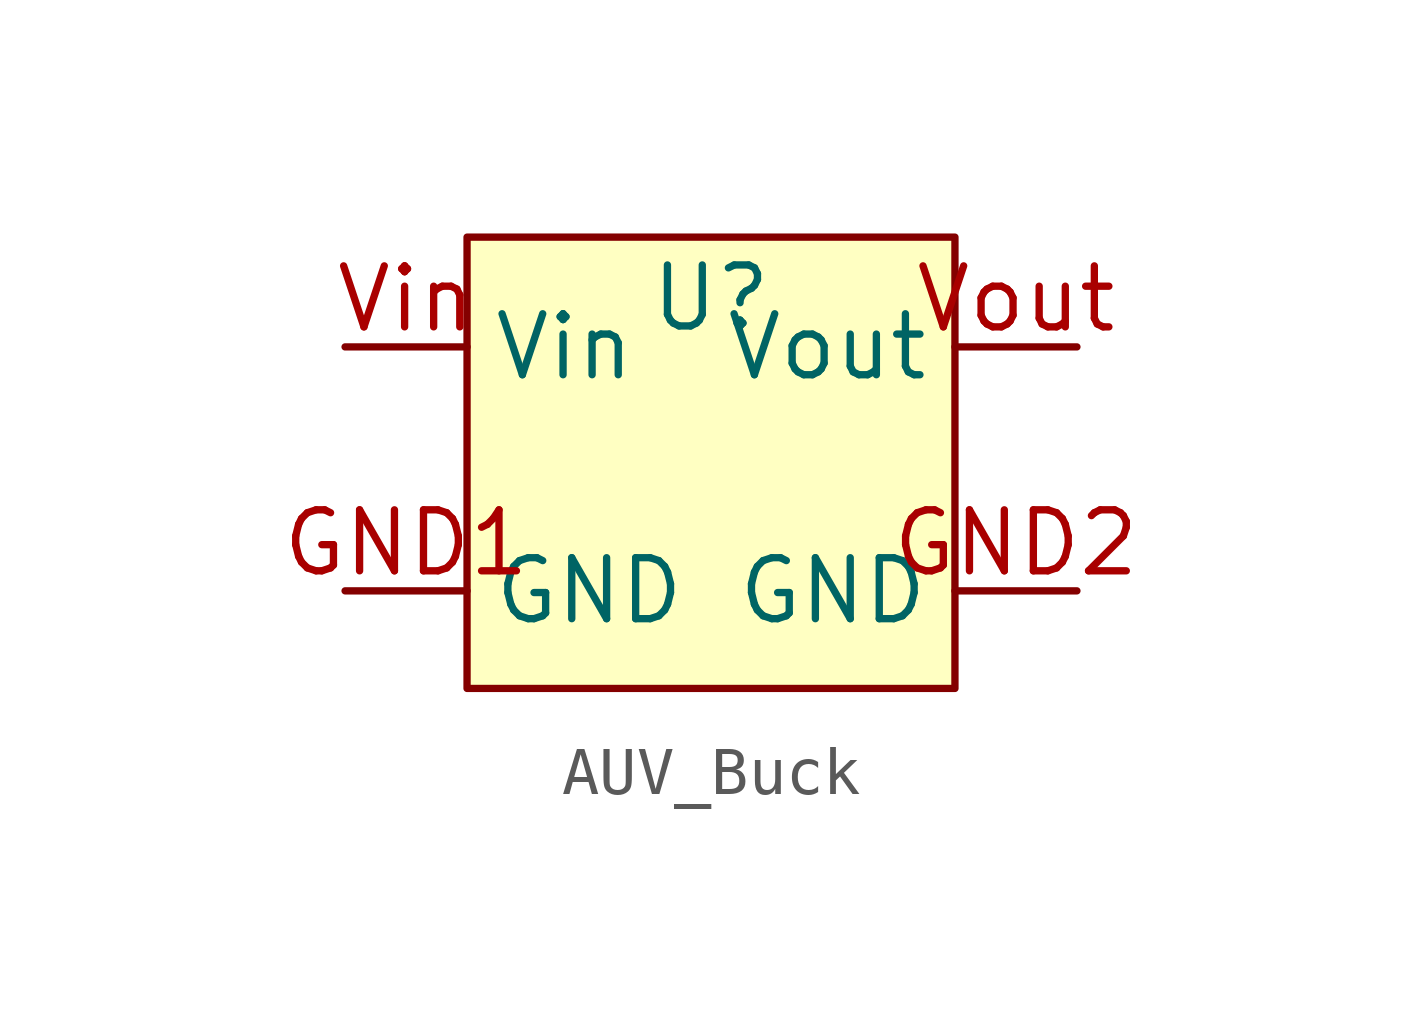
<source format=kicad_sym>
(kicad_symbol_lib
  (version 20231120)
  (generator "kicad_symbol_editor")
  (generator_version "8.0")
  (symbol "AUV_Buck"
    (property "Reference" "U"
      (at 0 3.556 0)
      (effects (font (size 1.27 1.27))))
    (property "Value" ""
      (at 0 0 0)
      (effects (font (size 1.27 1.27))))
    (symbol "AUV_Buck_1_1"
      (rectangle (start -5.08 4.826) (end 5.08 -4.572) (stroke (width 0) (type default)) (fill (type color) (color 255 255 194 1)))
      (pin passive line (at -7.62 -2.54 0) (length 2.54) (name "GND" (effects (font (size 1.27 1.27)))) (number "GND1" (effects (font (size 1.27 1.27)))))
      (pin passive line (at 7.62 -2.54 180) (length 2.54) (name "GND" (effects (font (size 1.27 1.27)))) (number "GND2" (effects (font (size 1.27 1.27)))))
      (pin input line (at -7.62 2.54 0) (length 2.54) (name "Vin" (effects (font (size 1.27 1.27)))) (number "Vin" (effects (font (size 1.27 1.27)))))
      (pin output line (at 7.62 2.54 180) (length 2.54) (name "Vout" (effects (font (size 1.27 1.27)))) (number "Vout" (effects (font (size 1.27 1.27))))))))
</source>
